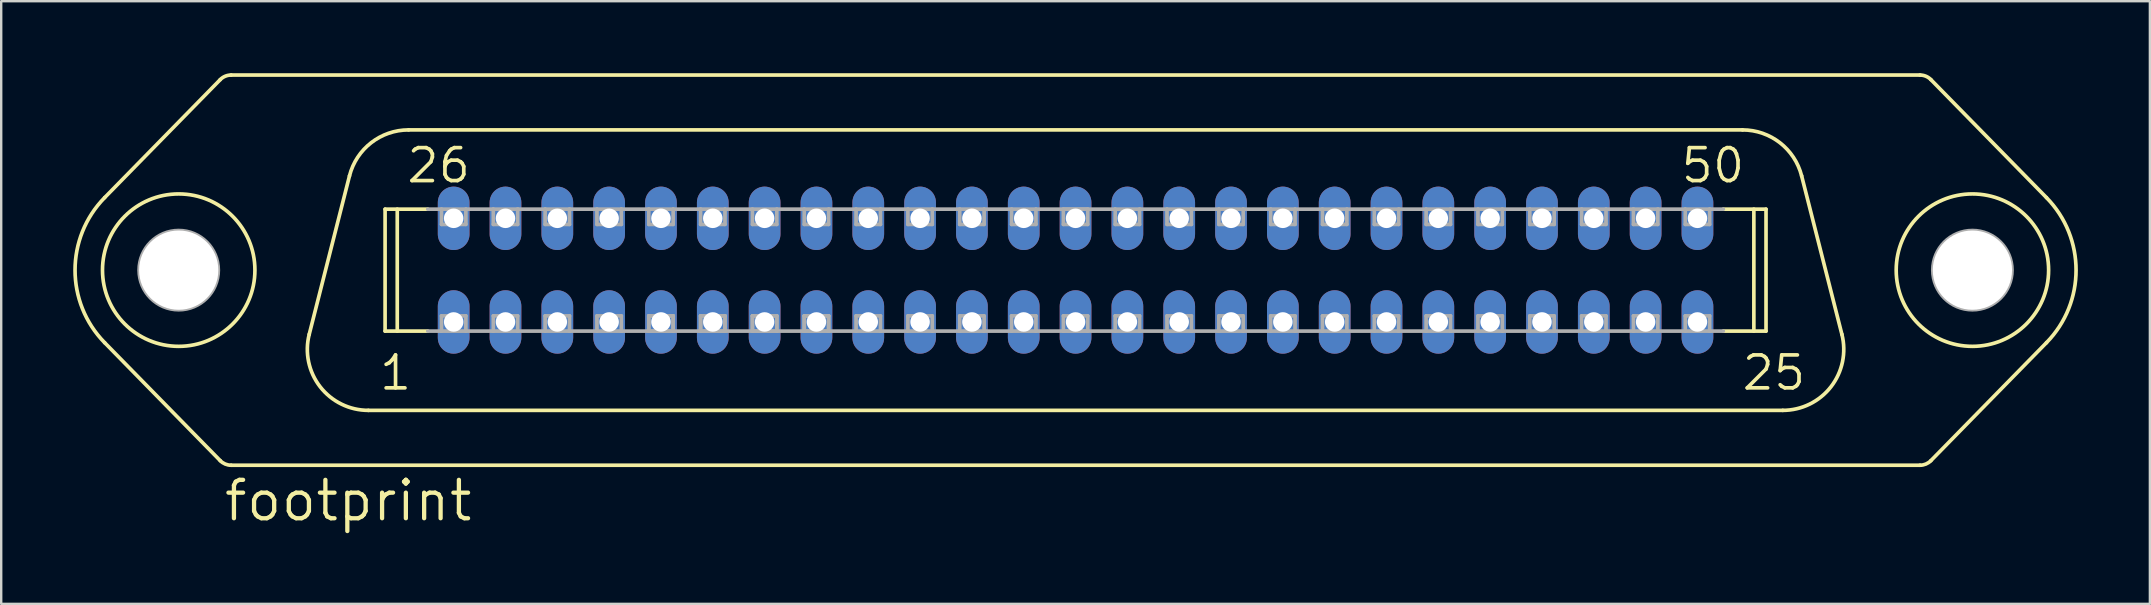
<source format=kicad_pcb>
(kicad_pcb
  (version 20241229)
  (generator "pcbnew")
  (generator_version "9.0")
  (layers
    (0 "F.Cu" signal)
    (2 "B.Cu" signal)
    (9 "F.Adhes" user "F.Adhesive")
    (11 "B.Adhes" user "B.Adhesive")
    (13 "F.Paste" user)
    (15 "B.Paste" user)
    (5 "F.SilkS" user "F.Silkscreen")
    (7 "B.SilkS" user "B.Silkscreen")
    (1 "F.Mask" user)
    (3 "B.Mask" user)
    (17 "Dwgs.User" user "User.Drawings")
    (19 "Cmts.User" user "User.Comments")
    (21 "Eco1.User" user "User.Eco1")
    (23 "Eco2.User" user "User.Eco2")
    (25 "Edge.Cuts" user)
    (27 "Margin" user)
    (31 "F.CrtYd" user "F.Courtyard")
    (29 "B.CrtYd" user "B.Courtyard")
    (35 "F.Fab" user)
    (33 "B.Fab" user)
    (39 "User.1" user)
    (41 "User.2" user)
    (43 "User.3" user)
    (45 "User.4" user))
  (footprint "footprint"
    (layer "F.Cu")
    (at 41.758 8.204)
    (property "Reference" "footprint" (at -35.56 10.541 0) (layer "F.SilkS") (effects (font (size 1.6 1.6) (thickness 0.178)) (justify left bottom)))
    (fp_line (start -35.633 -7.937) (end -40.448 -3.022) (stroke (width 0.152) (type solid)) (layer "F.SilkS"))
    (fp_line (start -35.633 7.937) (end -40.448 3.022) (stroke (width 0.152) (type solid)) (layer "F.SilkS"))
    (fp_line (start -35.179 -8.128) (end 35.179 -8.128) (stroke (width 0.152) (type solid)) (layer "F.SilkS"))
    (fp_line (start -35.179 8.128) (end 35.179 8.128) (stroke (width 0.152) (type solid)) (layer "F.SilkS"))
    (fp_line (start -30.248 -3.928) (end -31.926 2.676) (stroke (width 0.152) (type solid)) (layer "F.SilkS"))
    (fp_line (start -29.464 5.842) (end 29.464 5.842) (stroke (width 0.152) (type solid)) (layer "F.SilkS"))
    (fp_line (start -28.765 -2.54) (end -26.986 -2.54) (stroke (width 0.152) (type solid)) (layer "F.SilkS"))
    (fp_line (start -28.765 2.54) (end -28.765 -2.54) (stroke (width 0.152) (type solid)) (layer "F.SilkS"))
    (fp_line (start -28.765 2.54) (end -26.986 2.54) (stroke (width 0.152) (type solid)) (layer "F.SilkS"))
    (fp_line (start -28.258 2.54) (end -28.258 -2.54) (stroke (width 0.152) (type solid)) (layer "F.SilkS"))
    (fp_line (start -27.786 -5.842) (end 27.786 -5.842) (stroke (width 0.152) (type solid)) (layer "F.SilkS"))
    (fp_line (start 26.986 -2.54) (end 28.765 -2.54) (stroke (width 0.152) (type solid)) (layer "F.SilkS"))
    (fp_line (start 26.986 2.54) (end 28.765 2.54) (stroke (width 0.152) (type solid)) (layer "F.SilkS"))
    (fp_line (start 28.258 2.54) (end 28.258 -2.54) (stroke (width 0.152) (type solid)) (layer "F.SilkS"))
    (fp_line (start 28.765 2.54) (end 28.765 -2.54) (stroke (width 0.152) (type solid)) (layer "F.SilkS"))
    (fp_line (start 30.248 -3.928) (end 31.926 2.676) (stroke (width 0.152) (type solid)) (layer "F.SilkS"))
    (fp_line (start 35.633 -7.937) (end 40.448 -3.022) (stroke (width 0.152) (type solid)) (layer "F.SilkS"))
    (fp_line (start 35.633 7.937) (end 40.448 3.022) (stroke (width 0.152) (type solid)) (layer "F.SilkS"))
    (fp_arc (start -40.447999 3.022001) (mid -41.681365 0.000401) (end -40.448 -3.0212) (stroke (width 0.1524) (type solid)) (layer "F.SilkS"))
    (fp_arc (start -35.633 -7.937) (mid -35.42541 -8.078018) (end -35.1794 -8.1276) (stroke (width 0.1524) (type solid)) (layer "F.SilkS"))
    (fp_arc (start -35.1794 8.1276) (mid -35.42541 8.078018) (end -35.633 7.937) (stroke (width 0.1524) (type solid)) (layer "F.SilkS"))
    (fp_arc (start -30.248 -3.928) (mid -29.345487 -5.307487) (end -27.786199 -5.842401) (stroke (width 0.1524) (type solid)) (layer "F.SilkS"))
    (fp_arc (start -29.464198 5.8416) (mid -31.469285 4.860864) (end -31.926 2.676) (stroke (width 0.1524) (type solid)) (layer "F.SilkS"))
    (fp_arc (start 27.786 -5.842) (mid 29.345288 -5.307086) (end 30.2478 -3.927599) (stroke (width 0.1524) (type solid)) (layer "F.SilkS"))
    (fp_arc (start 31.926 2.675998) (mid 31.469287 4.860862) (end 29.4642 5.8416) (stroke (width 0.1524) (type solid)) (layer "F.SilkS"))
    (fp_arc (start 35.1794 -8.1276) (mid 35.42541 -8.078018) (end 35.633 -7.937) (stroke (width 0.1524) (type solid)) (layer "F.SilkS"))
    (fp_arc (start 35.633 7.937) (mid 35.42541 8.078018) (end 35.1794 8.1276) (stroke (width 0.1524) (type solid)) (layer "F.SilkS"))
    (fp_arc (start 40.447999 -3.021201) (mid 41.681365 0.000399) (end 40.448 3.022) (stroke (width 0.1524) (type solid)) (layer "F.SilkS"))
    (fp_circle (center -37.363 0) (end -34.188 0) (stroke (width 0.152) (type solid)) (fill no) (layer "F.SilkS"))
    (fp_circle (center 37.363 0) (end 40.538 0) (stroke (width 0.152) (type solid)) (fill no) (layer "F.SilkS"))
    (fp_line (start -26.986 -2.54) (end -26.416 -2.54) (stroke (width 0.152) (type solid)) (layer "F.Fab"))
    (fp_line (start -26.986 2.54) (end -26.416 2.54) (stroke (width 0.152) (type solid)) (layer "F.Fab"))
    (fp_line (start -26.416 -2.54) (end -25.4 -2.54) (stroke (width 0.152) (type solid)) (layer "F.Fab"))
    (fp_line (start -26.416 -1.905) (end -26.416 -2.54) (stroke (width 0.152) (type solid)) (layer "F.Fab"))
    (fp_line (start -26.416 1.905) (end -25.4 1.905) (stroke (width 0.152) (type solid)) (layer "F.Fab"))
    (fp_line (start -26.416 2.54) (end -26.416 1.905) (stroke (width 0.152) (type solid)) (layer "F.Fab"))
    (fp_line (start -25.4 -2.54) (end -25.4 -1.905) (stroke (width 0.152) (type solid)) (layer "F.Fab"))
    (fp_line (start -25.4 -2.54) (end -24.257 -2.54) (stroke (width 0.152) (type solid)) (layer "F.Fab"))
    (fp_line (start -25.4 -1.905) (end -26.416 -1.905) (stroke (width 0.152) (type solid)) (layer "F.Fab"))
    (fp_line (start -25.4 1.905) (end -25.4 2.54) (stroke (width 0.152) (type solid)) (layer "F.Fab"))
    (fp_line (start -25.4 2.54) (end -26.416 2.54) (stroke (width 0.152) (type solid)) (layer "F.Fab"))
    (fp_line (start -25.4 2.54) (end -24.257 2.54) (stroke (width 0.152) (type solid)) (layer "F.Fab"))
    (fp_line (start -24.257 -2.54) (end -23.241 -2.54) (stroke (width 0.152) (type solid)) (layer "F.Fab"))
    (fp_line (start -24.257 -1.905) (end -24.257 -2.54) (stroke (width 0.152) (type solid)) (layer "F.Fab"))
    (fp_line (start -24.257 1.905) (end -23.241 1.905) (stroke (width 0.152) (type solid)) (layer "F.Fab"))
    (fp_line (start -24.257 2.54) (end -24.257 1.905) (stroke (width 0.152) (type solid)) (layer "F.Fab"))
    (fp_line (start -23.241 -2.54) (end -23.241 -1.905) (stroke (width 0.152) (type solid)) (layer "F.Fab"))
    (fp_line (start -23.241 -2.54) (end -22.098 -2.54) (stroke (width 0.152) (type solid)) (layer "F.Fab"))
    (fp_line (start -23.241 -1.905) (end -24.257 -1.905) (stroke (width 0.152) (type solid)) (layer "F.Fab"))
    (fp_line (start -23.241 1.905) (end -23.241 2.54) (stroke (width 0.152) (type solid)) (layer "F.Fab"))
    (fp_line (start -23.241 2.54) (end -24.257 2.54) (stroke (width 0.152) (type solid)) (layer "F.Fab"))
    (fp_line (start -23.241 2.54) (end -22.098 2.54) (stroke (width 0.152) (type solid)) (layer "F.Fab"))
    (fp_line (start -22.098 -2.54) (end -21.082 -2.54) (stroke (width 0.152) (type solid)) (layer "F.Fab"))
    (fp_line (start -22.098 -1.905) (end -22.098 -2.54) (stroke (width 0.152) (type solid)) (layer "F.Fab"))
    (fp_line (start -22.098 1.905) (end -21.082 1.905) (stroke (width 0.152) (type solid)) (layer "F.Fab"))
    (fp_line (start -22.098 2.54) (end -22.098 1.905) (stroke (width 0.152) (type solid)) (layer "F.Fab"))
    (fp_line (start -21.082 -2.54) (end -21.082 -1.905) (stroke (width 0.152) (type solid)) (layer "F.Fab"))
    (fp_line (start -21.082 -2.54) (end -19.939 -2.54) (stroke (width 0.152) (type solid)) (layer "F.Fab"))
    (fp_line (start -21.082 -1.905) (end -22.098 -1.905) (stroke (width 0.152) (type solid)) (layer "F.Fab"))
    (fp_line (start -21.082 1.905) (end -21.082 2.54) (stroke (width 0.152) (type solid)) (layer "F.Fab"))
    (fp_line (start -21.082 2.54) (end -22.098 2.54) (stroke (width 0.152) (type solid)) (layer "F.Fab"))
    (fp_line (start -21.082 2.54) (end -19.939 2.54) (stroke (width 0.152) (type solid)) (layer "F.Fab"))
    (fp_line (start -19.939 -2.54) (end -18.923 -2.54) (stroke (width 0.152) (type solid)) (layer "F.Fab"))
    (fp_line (start -19.939 -1.905) (end -19.939 -2.54) (stroke (width 0.152) (type solid)) (layer "F.Fab"))
    (fp_line (start -19.939 1.905) (end -18.923 1.905) (stroke (width 0.152) (type solid)) (layer "F.Fab"))
    (fp_line (start -19.939 2.54) (end -19.939 1.905) (stroke (width 0.152) (type solid)) (layer "F.Fab"))
    (fp_line (start -18.923 -2.54) (end -18.923 -1.905) (stroke (width 0.152) (type solid)) (layer "F.Fab"))
    (fp_line (start -18.923 -2.54) (end -17.78 -2.54) (stroke (width 0.152) (type solid)) (layer "F.Fab"))
    (fp_line (start -18.923 -1.905) (end -19.939 -1.905) (stroke (width 0.152) (type solid)) (layer "F.Fab"))
    (fp_line (start -18.923 1.905) (end -18.923 2.54) (stroke (width 0.152) (type solid)) (layer "F.Fab"))
    (fp_line (start -18.923 2.54) (end -19.939 2.54) (stroke (width 0.152) (type solid)) (layer "F.Fab"))
    (fp_line (start -18.923 2.54) (end -17.78 2.54) (stroke (width 0.152) (type solid)) (layer "F.Fab"))
    (fp_line (start -17.78 -2.54) (end -16.764 -2.54) (stroke (width 0.152) (type solid)) (layer "F.Fab"))
    (fp_line (start -17.78 -1.905) (end -17.78 -2.54) (stroke (width 0.152) (type solid)) (layer "F.Fab"))
    (fp_line (start -17.78 1.905) (end -16.764 1.905) (stroke (width 0.152) (type solid)) (layer "F.Fab"))
    (fp_line (start -17.78 1.905) (end -16.764 1.905) (stroke (width 0.152) (type solid)) (layer "F.Fab"))
    (fp_line (start -17.78 2.54) (end -17.78 1.905) (stroke (width 0.152) (type solid)) (layer "F.Fab"))
    (fp_line (start -17.78 2.54) (end -17.78 1.905) (stroke (width 0.152) (type solid)) (layer "F.Fab"))
    (fp_line (start -16.764 -2.54) (end -16.764 -1.905) (stroke (width 0.152) (type solid)) (layer "F.Fab"))
    (fp_line (start -16.764 -2.54) (end -15.621 -2.54) (stroke (width 0.152) (type solid)) (layer "F.Fab"))
    (fp_line (start -16.764 -1.905) (end -17.78 -1.905) (stroke (width 0.152) (type solid)) (layer "F.Fab"))
    (fp_line (start -16.764 1.905) (end -16.764 2.54) (stroke (width 0.152) (type solid)) (layer "F.Fab"))
    (fp_line (start -16.764 1.905) (end -16.764 2.54) (stroke (width 0.152) (type solid)) (layer "F.Fab"))
    (fp_line (start -16.764 2.54) (end -17.78 2.54) (stroke (width 0.152) (type solid)) (layer "F.Fab"))
    (fp_line (start -16.764 2.54) (end -17.78 2.54) (stroke (width 0.152) (type solid)) (layer "F.Fab"))
    (fp_line (start -16.764 2.54) (end -15.621 2.54) (stroke (width 0.152) (type solid)) (layer "F.Fab"))
    (fp_line (start -15.621 -2.54) (end -14.605 -2.54) (stroke (width 0.152) (type solid)) (layer "F.Fab"))
    (fp_line (start -15.621 -1.905) (end -15.621 -2.54) (stroke (width 0.152) (type solid)) (layer "F.Fab"))
    (fp_line (start -15.621 1.905) (end -14.605 1.905) (stroke (width 0.152) (type solid)) (layer "F.Fab"))
    (fp_line (start -15.621 1.905) (end -14.605 1.905) (stroke (width 0.152) (type solid)) (layer "F.Fab"))
    (fp_line (start -15.621 2.54) (end -15.621 1.905) (stroke (width 0.152) (type solid)) (layer "F.Fab"))
    (fp_line (start -15.621 2.54) (end -15.621 1.905) (stroke (width 0.152) (type solid)) (layer "F.Fab"))
    (fp_line (start -14.605 -2.54) (end -14.605 -1.905) (stroke (width 0.152) (type solid)) (layer "F.Fab"))
    (fp_line (start -14.605 -2.54) (end -13.462 -2.54) (stroke (width 0.152) (type solid)) (layer "F.Fab"))
    (fp_line (start -14.605 -1.905) (end -15.621 -1.905) (stroke (width 0.152) (type solid)) (layer "F.Fab"))
    (fp_line (start -14.605 1.905) (end -14.605 2.54) (stroke (width 0.152) (type solid)) (layer "F.Fab"))
    (fp_line (start -14.605 1.905) (end -14.605 2.54) (stroke (width 0.152) (type solid)) (layer "F.Fab"))
    (fp_line (start -14.605 2.54) (end -15.621 2.54) (stroke (width 0.152) (type solid)) (layer "F.Fab"))
    (fp_line (start -14.605 2.54) (end -15.621 2.54) (stroke (width 0.152) (type solid)) (layer "F.Fab"))
    (fp_line (start -14.605 2.54) (end -13.462 2.54) (stroke (width 0.152) (type solid)) (layer "F.Fab"))
    (fp_line (start -13.462 -2.54) (end -12.446 -2.54) (stroke (width 0.152) (type solid)) (layer "F.Fab"))
    (fp_line (start -13.462 -1.905) (end -13.462 -2.54) (stroke (width 0.152) (type solid)) (layer "F.Fab"))
    (fp_line (start -13.462 1.905) (end -12.446 1.905) (stroke (width 0.152) (type solid)) (layer "F.Fab"))
    (fp_line (start -13.462 1.905) (end -12.446 1.905) (stroke (width 0.152) (type solid)) (layer "F.Fab"))
    (fp_line (start -13.462 2.54) (end -13.462 1.905) (stroke (width 0.152) (type solid)) (layer "F.Fab"))
    (fp_line (start -13.462 2.54) (end -13.462 1.905) (stroke (width 0.152) (type solid)) (layer "F.Fab"))
    (fp_line (start -12.446 -2.54) (end -12.446 -1.905) (stroke (width 0.152) (type solid)) (layer "F.Fab"))
    (fp_line (start -12.446 -2.54) (end -11.303 -2.54) (stroke (width 0.152) (type solid)) (layer "F.Fab"))
    (fp_line (start -12.446 -1.905) (end -13.462 -1.905) (stroke (width 0.152) (type solid)) (layer "F.Fab"))
    (fp_line (start -12.446 1.905) (end -12.446 2.54) (stroke (width 0.152) (type solid)) (layer "F.Fab"))
    (fp_line (start -12.446 1.905) (end -12.446 2.54) (stroke (width 0.152) (type solid)) (layer "F.Fab"))
    (fp_line (start -12.446 2.54) (end -13.462 2.54) (stroke (width 0.152) (type solid)) (layer "F.Fab"))
    (fp_line (start -12.446 2.54) (end -13.462 2.54) (stroke (width 0.152) (type solid)) (layer "F.Fab"))
    (fp_line (start -12.446 2.54) (end -11.303 2.54) (stroke (width 0.152) (type solid)) (layer "F.Fab"))
    (fp_line (start -11.303 -2.54) (end -10.287 -2.54) (stroke (width 0.152) (type solid)) (layer "F.Fab"))
    (fp_line (start -11.303 -1.905) (end -11.303 -2.54) (stroke (width 0.152) (type solid)) (layer "F.Fab"))
    (fp_line (start -11.303 1.905) (end -10.287 1.905) (stroke (width 0.152) (type solid)) (layer "F.Fab"))
    (fp_line (start -11.303 1.905) (end -10.287 1.905) (stroke (width 0.152) (type solid)) (layer "F.Fab"))
    (fp_line (start -11.303 2.54) (end -11.303 1.905) (stroke (width 0.152) (type solid)) (layer "F.Fab"))
    (fp_line (start -11.303 2.54) (end -11.303 1.905) (stroke (width 0.152) (type solid)) (layer "F.Fab"))
    (fp_line (start -10.287 -2.54) (end -10.287 -1.905) (stroke (width 0.152) (type solid)) (layer "F.Fab"))
    (fp_line (start -10.287 -2.54) (end -9.144 -2.54) (stroke (width 0.152) (type solid)) (layer "F.Fab"))
    (fp_line (start -10.287 -1.905) (end -11.303 -1.905) (stroke (width 0.152) (type solid)) (layer "F.Fab"))
    (fp_line (start -10.287 1.905) (end -10.287 2.54) (stroke (width 0.152) (type solid)) (layer "F.Fab"))
    (fp_line (start -10.287 1.905) (end -10.287 2.54) (stroke (width 0.152) (type solid)) (layer "F.Fab"))
    (fp_line (start -10.287 2.54) (end -11.303 2.54) (stroke (width 0.152) (type solid)) (layer "F.Fab"))
    (fp_line (start -10.287 2.54) (end -11.303 2.54) (stroke (width 0.152) (type solid)) (layer "F.Fab"))
    (fp_line (start -10.287 2.54) (end -9.144 2.54) (stroke (width 0.152) (type solid)) (layer "F.Fab"))
    (fp_line (start -9.144 -2.54) (end -8.128 -2.54) (stroke (width 0.152) (type solid)) (layer "F.Fab"))
    (fp_line (start -9.144 -1.905) (end -9.144 -2.54) (stroke (width 0.152) (type solid)) (layer "F.Fab"))
    (fp_line (start -9.144 1.905) (end -8.128 1.905) (stroke (width 0.152) (type solid)) (layer "F.Fab"))
    (fp_line (start -9.144 2.54) (end -9.144 1.905) (stroke (width 0.152) (type solid)) (layer "F.Fab"))
    (fp_line (start -8.128 -2.54) (end -8.128 -1.905) (stroke (width 0.152) (type solid)) (layer "F.Fab"))
    (fp_line (start -8.128 -2.54) (end -6.985 -2.54) (stroke (width 0.152) (type solid)) (layer "F.Fab"))
    (fp_line (start -8.128 -1.905) (end -9.144 -1.905) (stroke (width 0.152) (type solid)) (layer "F.Fab"))
    (fp_line (start -8.128 1.905) (end -8.128 2.54) (stroke (width 0.152) (type solid)) (layer "F.Fab"))
    (fp_line (start -8.128 2.54) (end -9.144 2.54) (stroke (width 0.152) (type solid)) (layer "F.Fab"))
    (fp_line (start -8.128 2.54) (end -6.985 2.54) (stroke (width 0.152) (type solid)) (layer "F.Fab"))
    (fp_line (start -6.985 -2.54) (end -5.969 -2.54) (stroke (width 0.152) (type solid)) (layer "F.Fab"))
    (fp_line (start -6.985 -1.905) (end -6.985 -2.54) (stroke (width 0.152) (type solid)) (layer "F.Fab"))
    (fp_line (start -6.985 1.905) (end -5.969 1.905) (stroke (width 0.152) (type solid)) (layer "F.Fab"))
    (fp_line (start -6.985 2.54) (end -6.985 1.905) (stroke (width 0.152) (type solid)) (layer "F.Fab"))
    (fp_line (start -5.969 -2.54) (end -5.969 -1.905) (stroke (width 0.152) (type solid)) (layer "F.Fab"))
    (fp_line (start -5.969 -2.54) (end -4.826 -2.54) (stroke (width 0.152) (type solid)) (layer "F.Fab"))
    (fp_line (start -5.969 -1.905) (end -6.985 -1.905) (stroke (width 0.152) (type solid)) (layer "F.Fab"))
    (fp_line (start -5.969 1.905) (end -5.969 2.54) (stroke (width 0.152) (type solid)) (layer "F.Fab"))
    (fp_line (start -5.969 2.54) (end -6.985 2.54) (stroke (width 0.152) (type solid)) (layer "F.Fab"))
    (fp_line (start -5.969 2.54) (end -4.826 2.54) (stroke (width 0.152) (type solid)) (layer "F.Fab"))
    (fp_line (start -4.826 -2.54) (end -3.81 -2.54) (stroke (width 0.152) (type solid)) (layer "F.Fab"))
    (fp_line (start -4.826 -1.905) (end -4.826 -2.54) (stroke (width 0.152) (type solid)) (layer "F.Fab"))
    (fp_line (start -4.826 1.905) (end -3.81 1.905) (stroke (width 0.152) (type solid)) (layer "F.Fab"))
    (fp_line (start -4.826 2.54) (end -4.826 1.905) (stroke (width 0.152) (type solid)) (layer "F.Fab"))
    (fp_line (start -3.81 -2.54) (end -3.81 -1.905) (stroke (width 0.152) (type solid)) (layer "F.Fab"))
    (fp_line (start -3.81 -2.54) (end -2.667 -2.54) (stroke (width 0.152) (type solid)) (layer "F.Fab"))
    (fp_line (start -3.81 -1.905) (end -4.826 -1.905) (stroke (width 0.152) (type solid)) (layer "F.Fab"))
    (fp_line (start -3.81 1.905) (end -3.81 2.54) (stroke (width 0.152) (type solid)) (layer "F.Fab"))
    (fp_line (start -3.81 2.54) (end -4.826 2.54) (stroke (width 0.152) (type solid)) (layer "F.Fab"))
    (fp_line (start -3.81 2.54) (end -2.667 2.54) (stroke (width 0.152) (type solid)) (layer "F.Fab"))
    (fp_line (start -2.667 -2.54) (end -1.651 -2.54) (stroke (width 0.152) (type solid)) (layer "F.Fab"))
    (fp_line (start -2.667 -1.905) (end -2.667 -2.54) (stroke (width 0.152) (type solid)) (layer "F.Fab"))
    (fp_line (start -2.667 1.905) (end -1.651 1.905) (stroke (width 0.152) (type solid)) (layer "F.Fab"))
    (fp_line (start -2.667 2.54) (end -2.667 1.905) (stroke (width 0.152) (type solid)) (layer "F.Fab"))
    (fp_line (start -1.651 -2.54) (end -1.651 -1.905) (stroke (width 0.152) (type solid)) (layer "F.Fab"))
    (fp_line (start -1.651 -2.54) (end 1.651 -2.54) (stroke (width 0.152) (type solid)) (layer "F.Fab"))
    (fp_line (start -1.651 -1.905) (end -2.667 -1.905) (stroke (width 0.152) (type solid)) (layer "F.Fab"))
    (fp_line (start -1.651 1.905) (end -1.651 2.54) (stroke (width 0.152) (type solid)) (layer "F.Fab"))
    (fp_line (start -1.651 2.54) (end -2.667 2.54) (stroke (width 0.152) (type solid)) (layer "F.Fab"))
    (fp_line (start -1.651 2.54) (end 1.651 2.54) (stroke (width 0.152) (type solid)) (layer "F.Fab"))
    (fp_line (start -0.508 -2.54) (end 0.508 -2.54) (stroke (width 0.152) (type solid)) (layer "F.Fab"))
    (fp_line (start -0.508 -1.905) (end -0.508 -2.54) (stroke (width 0.152) (type solid)) (layer "F.Fab"))
    (fp_line (start -0.508 1.905) (end 0.508 1.905) (stroke (width 0.152) (type solid)) (layer "F.Fab"))
    (fp_line (start -0.508 2.54) (end -0.508 1.905) (stroke (width 0.152) (type solid)) (layer "F.Fab"))
    (fp_line (start 0.508 -2.54) (end 0.508 -1.905) (stroke (width 0.152) (type solid)) (layer "F.Fab"))
    (fp_line (start 0.508 -1.905) (end -0.508 -1.905) (stroke (width 0.152) (type solid)) (layer "F.Fab"))
    (fp_line (start 0.508 1.905) (end 0.508 2.54) (stroke (width 0.152) (type solid)) (layer "F.Fab"))
    (fp_line (start 0.508 2.54) (end -0.508 2.54) (stroke (width 0.152) (type solid)) (layer "F.Fab"))
    (fp_line (start 1.651 -2.54) (end 2.667 -2.54) (stroke (width 0.152) (type solid)) (layer "F.Fab"))
    (fp_line (start 1.651 -1.905) (end 1.651 -2.54) (stroke (width 0.152) (type solid)) (layer "F.Fab"))
    (fp_line (start 1.651 1.905) (end 2.667 1.905) (stroke (width 0.152) (type solid)) (layer "F.Fab"))
    (fp_line (start 1.651 2.54) (end 1.651 1.905) (stroke (width 0.152) (type solid)) (layer "F.Fab"))
    (fp_line (start 2.667 -2.54) (end 2.667 -1.905) (stroke (width 0.152) (type solid)) (layer "F.Fab"))
    (fp_line (start 2.667 -2.54) (end 3.81 -2.54) (stroke (width 0.152) (type solid)) (layer "F.Fab"))
    (fp_line (start 2.667 -1.905) (end 1.651 -1.905) (stroke (width 0.152) (type solid)) (layer "F.Fab"))
    (fp_line (start 2.667 1.905) (end 2.667 2.54) (stroke (width 0.152) (type solid)) (layer "F.Fab"))
    (fp_line (start 2.667 2.54) (end 1.651 2.54) (stroke (width 0.152) (type solid)) (layer "F.Fab"))
    (fp_line (start 2.667 2.54) (end 3.81 2.54) (stroke (width 0.152) (type solid)) (layer "F.Fab"))
    (fp_line (start 3.81 -2.54) (end 4.826 -2.54) (stroke (width 0.152) (type solid)) (layer "F.Fab"))
    (fp_line (start 3.81 -1.905) (end 3.81 -2.54) (stroke (width 0.152) (type solid)) (layer "F.Fab"))
    (fp_line (start 3.81 1.905) (end 4.826 1.905) (stroke (width 0.152) (type solid)) (layer "F.Fab"))
    (fp_line (start 3.81 2.54) (end 3.81 1.905) (stroke (width 0.152) (type solid)) (layer "F.Fab"))
    (fp_line (start 4.826 -2.54) (end 4.826 -1.905) (stroke (width 0.152) (type solid)) (layer "F.Fab"))
    (fp_line (start 4.826 -2.54) (end 5.969 -2.54) (stroke (width 0.152) (type solid)) (layer "F.Fab"))
    (fp_line (start 4.826 -1.905) (end 3.81 -1.905) (stroke (width 0.152) (type solid)) (layer "F.Fab"))
    (fp_line (start 4.826 1.905) (end 4.826 2.54) (stroke (width 0.152) (type solid)) (layer "F.Fab"))
    (fp_line (start 4.826 2.54) (end 3.81 2.54) (stroke (width 0.152) (type solid)) (layer "F.Fab"))
    (fp_line (start 4.826 2.54) (end 5.969 2.54) (stroke (width 0.152) (type solid)) (layer "F.Fab"))
    (fp_line (start 5.969 -2.54) (end 6.985 -2.54) (stroke (width 0.152) (type solid)) (layer "F.Fab"))
    (fp_line (start 5.969 -1.905) (end 5.969 -2.54) (stroke (width 0.152) (type solid)) (layer "F.Fab"))
    (fp_line (start 5.969 1.905) (end 6.985 1.905) (stroke (width 0.152) (type solid)) (layer "F.Fab"))
    (fp_line (start 5.969 2.54) (end 5.969 1.905) (stroke (width 0.152) (type solid)) (layer "F.Fab"))
    (fp_line (start 6.985 -2.54) (end 6.985 -1.905) (stroke (width 0.152) (type solid)) (layer "F.Fab"))
    (fp_line (start 6.985 -2.54) (end 8.128 -2.54) (stroke (width 0.152) (type solid)) (layer "F.Fab"))
    (fp_line (start 6.985 -1.905) (end 5.969 -1.905) (stroke (width 0.152) (type solid)) (layer "F.Fab"))
    (fp_line (start 6.985 1.905) (end 6.985 2.54) (stroke (width 0.152) (type solid)) (layer "F.Fab"))
    (fp_line (start 6.985 2.54) (end 5.969 2.54) (stroke (width 0.152) (type solid)) (layer "F.Fab"))
    (fp_line (start 6.985 2.54) (end 8.128 2.54) (stroke (width 0.152) (type solid)) (layer "F.Fab"))
    (fp_line (start 8.128 -2.54) (end 9.144 -2.54) (stroke (width 0.152) (type solid)) (layer "F.Fab"))
    (fp_line (start 8.128 -1.905) (end 8.128 -2.54) (stroke (width 0.152) (type solid)) (layer "F.Fab"))
    (fp_line (start 8.128 1.905) (end 9.144 1.905) (stroke (width 0.152) (type solid)) (layer "F.Fab"))
    (fp_line (start 8.128 2.54) (end 8.128 1.905) (stroke (width 0.152) (type solid)) (layer "F.Fab"))
    (fp_line (start 9.144 -2.54) (end 9.144 -1.905) (stroke (width 0.152) (type solid)) (layer "F.Fab"))
    (fp_line (start 9.144 -2.54) (end 10.287 -2.54) (stroke (width 0.152) (type solid)) (layer "F.Fab"))
    (fp_line (start 9.144 -1.905) (end 8.128 -1.905) (stroke (width 0.152) (type solid)) (layer "F.Fab"))
    (fp_line (start 9.144 1.905) (end 9.144 2.54) (stroke (width 0.152) (type solid)) (layer "F.Fab"))
    (fp_line (start 9.144 2.54) (end 8.128 2.54) (stroke (width 0.152) (type solid)) (layer "F.Fab"))
    (fp_line (start 9.144 2.54) (end 10.287 2.54) (stroke (width 0.152) (type solid)) (layer "F.Fab"))
    (fp_line (start 10.287 -2.54) (end 11.303 -2.54) (stroke (width 0.152) (type solid)) (layer "F.Fab"))
    (fp_line (start 10.287 -1.905) (end 10.287 -2.54) (stroke (width 0.152) (type solid)) (layer "F.Fab"))
    (fp_line (start 10.287 1.905) (end 11.303 1.905) (stroke (width 0.152) (type solid)) (layer "F.Fab"))
    (fp_line (start 10.287 2.54) (end 10.287 1.905) (stroke (width 0.152) (type solid)) (layer "F.Fab"))
    (fp_line (start 11.303 -2.54) (end 11.303 -1.905) (stroke (width 0.152) (type solid)) (layer "F.Fab"))
    (fp_line (start 11.303 -2.54) (end 12.446 -2.54) (stroke (width 0.152) (type solid)) (layer "F.Fab"))
    (fp_line (start 11.303 -1.905) (end 10.287 -1.905) (stroke (width 0.152) (type solid)) (layer "F.Fab"))
    (fp_line (start 11.303 1.905) (end 11.303 2.54) (stroke (width 0.152) (type solid)) (layer "F.Fab"))
    (fp_line (start 11.303 2.54) (end 10.287 2.54) (stroke (width 0.152) (type solid)) (layer "F.Fab"))
    (fp_line (start 11.303 2.54) (end 12.446 2.54) (stroke (width 0.152) (type solid)) (layer "F.Fab"))
    (fp_line (start 12.446 -2.54) (end 13.462 -2.54) (stroke (width 0.152) (type solid)) (layer "F.Fab"))
    (fp_line (start 12.446 -1.905) (end 12.446 -2.54) (stroke (width 0.152) (type solid)) (layer "F.Fab"))
    (fp_line (start 12.446 1.905) (end 13.462 1.905) (stroke (width 0.152) (type solid)) (layer "F.Fab"))
    (fp_line (start 12.446 2.54) (end 12.446 1.905) (stroke (width 0.152) (type solid)) (layer "F.Fab"))
    (fp_line (start 13.462 -2.54) (end 13.462 -1.905) (stroke (width 0.152) (type solid)) (layer "F.Fab"))
    (fp_line (start 13.462 -2.54) (end 14.605 -2.54) (stroke (width 0.152) (type solid)) (layer "F.Fab"))
    (fp_line (start 13.462 -1.905) (end 12.446 -1.905) (stroke (width 0.152) (type solid)) (layer "F.Fab"))
    (fp_line (start 13.462 1.905) (end 13.462 2.54) (stroke (width 0.152) (type solid)) (layer "F.Fab"))
    (fp_line (start 13.462 2.54) (end 12.446 2.54) (stroke (width 0.152) (type solid)) (layer "F.Fab"))
    (fp_line (start 13.462 2.54) (end 14.605 2.54) (stroke (width 0.152) (type solid)) (layer "F.Fab"))
    (fp_line (start 14.605 -2.54) (end 15.621 -2.54) (stroke (width 0.152) (type solid)) (layer "F.Fab"))
    (fp_line (start 14.605 -1.905) (end 14.605 -2.54) (stroke (width 0.152) (type solid)) (layer "F.Fab"))
    (fp_line (start 14.605 1.905) (end 15.621 1.905) (stroke (width 0.152) (type solid)) (layer "F.Fab"))
    (fp_line (start 14.605 2.54) (end 14.605 1.905) (stroke (width 0.152) (type solid)) (layer "F.Fab"))
    (fp_line (start 15.621 -2.54) (end 15.621 -1.905) (stroke (width 0.152) (type solid)) (layer "F.Fab"))
    (fp_line (start 15.621 -2.54) (end 16.764 -2.54) (stroke (width 0.152) (type solid)) (layer "F.Fab"))
    (fp_line (start 15.621 -1.905) (end 14.605 -1.905) (stroke (width 0.152) (type solid)) (layer "F.Fab"))
    (fp_line (start 15.621 1.905) (end 15.621 2.54) (stroke (width 0.152) (type solid)) (layer "F.Fab"))
    (fp_line (start 15.621 2.54) (end 14.605 2.54) (stroke (width 0.152) (type solid)) (layer "F.Fab"))
    (fp_line (start 15.621 2.54) (end 16.764 2.54) (stroke (width 0.152) (type solid)) (layer "F.Fab"))
    (fp_line (start 16.764 -2.54) (end 17.78 -2.54) (stroke (width 0.152) (type solid)) (layer "F.Fab"))
    (fp_line (start 16.764 -1.905) (end 16.764 -2.54) (stroke (width 0.152) (type solid)) (layer "F.Fab"))
    (fp_line (start 16.764 1.905) (end 17.78 1.905) (stroke (width 0.152) (type solid)) (layer "F.Fab"))
    (fp_line (start 16.764 2.54) (end 16.764 1.905) (stroke (width 0.152) (type solid)) (layer "F.Fab"))
    (fp_line (start 17.78 -2.54) (end 17.78 -1.905) (stroke (width 0.152) (type solid)) (layer "F.Fab"))
    (fp_line (start 17.78 -2.54) (end 18.923 -2.54) (stroke (width 0.152) (type solid)) (layer "F.Fab"))
    (fp_line (start 17.78 -1.905) (end 16.764 -1.905) (stroke (width 0.152) (type solid)) (layer "F.Fab"))
    (fp_line (start 17.78 1.905) (end 17.78 2.54) (stroke (width 0.152) (type solid)) (layer "F.Fab"))
    (fp_line (start 17.78 2.54) (end 16.764 2.54) (stroke (width 0.152) (type solid)) (layer "F.Fab"))
    (fp_line (start 17.78 2.54) (end 18.923 2.54) (stroke (width 0.152) (type solid)) (layer "F.Fab"))
    (fp_line (start 18.923 -2.54) (end 19.939 -2.54) (stroke (width 0.152) (type solid)) (layer "F.Fab"))
    (fp_line (start 18.923 -1.905) (end 18.923 -2.54) (stroke (width 0.152) (type solid)) (layer "F.Fab"))
    (fp_line (start 18.923 1.905) (end 19.939 1.905) (stroke (width 0.152) (type solid)) (layer "F.Fab"))
    (fp_line (start 18.923 2.54) (end 18.923 1.905) (stroke (width 0.152) (type solid)) (layer "F.Fab"))
    (fp_line (start 19.939 -2.54) (end 19.939 -1.905) (stroke (width 0.152) (type solid)) (layer "F.Fab"))
    (fp_line (start 19.939 -2.54) (end 21.082 -2.54) (stroke (width 0.152) (type solid)) (layer "F.Fab"))
    (fp_line (start 19.939 -1.905) (end 18.923 -1.905) (stroke (width 0.152) (type solid)) (layer "F.Fab"))
    (fp_line (start 19.939 1.905) (end 19.939 2.54) (stroke (width 0.152) (type solid)) (layer "F.Fab"))
    (fp_line (start 19.939 2.54) (end 18.923 2.54) (stroke (width 0.152) (type solid)) (layer "F.Fab"))
    (fp_line (start 19.939 2.54) (end 21.082 2.54) (stroke (width 0.152) (type solid)) (layer "F.Fab"))
    (fp_line (start 21.082 -2.54) (end 22.098 -2.54) (stroke (width 0.152) (type solid)) (layer "F.Fab"))
    (fp_line (start 21.082 -1.905) (end 21.082 -2.54) (stroke (width 0.152) (type solid)) (layer "F.Fab"))
    (fp_line (start 21.082 1.905) (end 22.098 1.905) (stroke (width 0.152) (type solid)) (layer "F.Fab"))
    (fp_line (start 21.082 2.54) (end 21.082 1.905) (stroke (width 0.152) (type solid)) (layer "F.Fab"))
    (fp_line (start 22.098 -2.54) (end 22.098 -1.905) (stroke (width 0.152) (type solid)) (layer "F.Fab"))
    (fp_line (start 22.098 -2.54) (end 23.241 -2.54) (stroke (width 0.152) (type solid)) (layer "F.Fab"))
    (fp_line (start 22.098 -1.905) (end 21.082 -1.905) (stroke (width 0.152) (type solid)) (layer "F.Fab"))
    (fp_line (start 22.098 1.905) (end 22.098 2.54) (stroke (width 0.152) (type solid)) (layer "F.Fab"))
    (fp_line (start 22.098 2.54) (end 21.082 2.54) (stroke (width 0.152) (type solid)) (layer "F.Fab"))
    (fp_line (start 22.098 2.54) (end 23.241 2.54) (stroke (width 0.152) (type solid)) (layer "F.Fab"))
    (fp_line (start 23.241 -2.54) (end 24.257 -2.54) (stroke (width 0.152) (type solid)) (layer "F.Fab"))
    (fp_line (start 23.241 -1.905) (end 23.241 -2.54) (stroke (width 0.152) (type solid)) (layer "F.Fab"))
    (fp_line (start 23.241 1.905) (end 24.257 1.905) (stroke (width 0.152) (type solid)) (layer "F.Fab"))
    (fp_line (start 23.241 2.54) (end 23.241 1.905) (stroke (width 0.152) (type solid)) (layer "F.Fab"))
    (fp_line (start 24.257 -2.54) (end 24.257 -1.905) (stroke (width 0.152) (type solid)) (layer "F.Fab"))
    (fp_line (start 24.257 -2.54) (end 25.4 -2.54) (stroke (width 0.152) (type solid)) (layer "F.Fab"))
    (fp_line (start 24.257 -1.905) (end 23.241 -1.905) (stroke (width 0.152) (type solid)) (layer "F.Fab"))
    (fp_line (start 24.257 1.905) (end 24.257 2.54) (stroke (width 0.152) (type solid)) (layer "F.Fab"))
    (fp_line (start 24.257 2.54) (end 23.241 2.54) (stroke (width 0.152) (type solid)) (layer "F.Fab"))
    (fp_line (start 24.257 2.54) (end 25.4 2.54) (stroke (width 0.152) (type solid)) (layer "F.Fab"))
    (fp_line (start 25.4 -2.54) (end 26.416 -2.54) (stroke (width 0.152) (type solid)) (layer "F.Fab"))
    (fp_line (start 25.4 -1.905) (end 25.4 -2.54) (stroke (width 0.152) (type solid)) (layer "F.Fab"))
    (fp_line (start 25.4 1.905) (end 26.416 1.905) (stroke (width 0.152) (type solid)) (layer "F.Fab"))
    (fp_line (start 25.4 2.54) (end 25.4 1.905) (stroke (width 0.152) (type solid)) (layer "F.Fab"))
    (fp_line (start 26.416 -2.54) (end 26.416 -1.905) (stroke (width 0.152) (type solid)) (layer "F.Fab"))
    (fp_line (start 26.416 -2.54) (end 26.986 -2.54) (stroke (width 0.152) (type solid)) (layer "F.Fab"))
    (fp_line (start 26.416 -1.905) (end 25.4 -1.905) (stroke (width 0.152) (type solid)) (layer "F.Fab"))
    (fp_line (start 26.416 1.905) (end 26.416 2.54) (stroke (width 0.152) (type solid)) (layer "F.Fab"))
    (fp_line (start 26.416 2.54) (end 25.4 2.54) (stroke (width 0.152) (type solid)) (layer "F.Fab"))
    (fp_line (start 26.416 2.54) (end 26.986 2.54) (stroke (width 0.152) (type solid)) (layer "F.Fab"))
    (fp_circle (center -37.363 0) (end -35.712 0) (stroke (width 0.152) (type solid)) (fill no) (layer "F.Fab"))
    (fp_circle (center 37.363 0) (end 39.014 0) (stroke (width 0.152) (type solid)) (fill no) (layer "F.Fab"))
    (fp_poly (pts (xy -26.416 -1.905) (xy -25.4 -1.905) (xy -25.4 -2.54) (xy -26.416 -2.54)) (stroke (width 0.1) (type solid)) (fill no) (layer "F.Fab"))
    (fp_poly (pts (xy -26.416 2.54) (xy -25.4 2.54) (xy -25.4 1.905) (xy -26.416 1.905)) (stroke (width 0.1) (type solid)) (fill no) (layer "F.Fab"))
    (fp_poly (pts (xy -24.257 -1.905) (xy -23.241 -1.905) (xy -23.241 -2.54) (xy -24.257 -2.54)) (stroke (width 0.1) (type solid)) (fill no) (layer "F.Fab"))
    (fp_poly (pts (xy -24.257 2.54) (xy -23.241 2.54) (xy -23.241 1.905) (xy -24.257 1.905)) (stroke (width 0.1) (type solid)) (fill no) (layer "F.Fab"))
    (fp_poly (pts (xy -22.098 -1.905) (xy -21.082 -1.905) (xy -21.082 -2.54) (xy -22.098 -2.54)) (stroke (width 0.1) (type solid)) (fill no) (layer "F.Fab"))
    (fp_poly (pts (xy -22.098 2.54) (xy -21.082 2.54) (xy -21.082 1.905) (xy -22.098 1.905)) (stroke (width 0.1) (type solid)) (fill no) (layer "F.Fab"))
    (fp_poly (pts (xy -19.939 -1.905) (xy -18.923 -1.905) (xy -18.923 -2.54) (xy -19.939 -2.54)) (stroke (width 0.1) (type solid)) (fill no) (layer "F.Fab"))
    (fp_poly (pts (xy -19.939 2.54) (xy -18.923 2.54) (xy -18.923 1.905) (xy -19.939 1.905)) (stroke (width 0.1) (type solid)) (fill no) (layer "F.Fab"))
    (fp_poly (pts (xy -17.78 -1.905) (xy -16.764 -1.905) (xy -16.764 -2.54) (xy -17.78 -2.54)) (stroke (width 0.1) (type solid)) (fill no) (layer "F.Fab"))
    (fp_poly (pts (xy -17.78 2.54) (xy -16.764 2.54) (xy -16.764 1.905) (xy -17.78 1.905)) (stroke (width 0.1) (type solid)) (fill no) (layer "F.Fab"))
    (fp_poly (pts (xy -15.621 -1.905) (xy -14.605 -1.905) (xy -14.605 -2.54) (xy -15.621 -2.54)) (stroke (width 0.1) (type solid)) (fill no) (layer "F.Fab"))
    (fp_poly (pts (xy -15.621 2.54) (xy -14.605 2.54) (xy -14.605 1.905) (xy -15.621 1.905)) (stroke (width 0.1) (type solid)) (fill no) (layer "F.Fab"))
    (fp_poly (pts (xy -13.462 -1.905) (xy -12.446 -1.905) (xy -12.446 -2.54) (xy -13.462 -2.54)) (stroke (width 0.1) (type solid)) (fill no) (layer "F.Fab"))
    (fp_poly (pts (xy -13.462 2.54) (xy -12.446 2.54) (xy -12.446 1.905) (xy -13.462 1.905)) (stroke (width 0.1) (type solid)) (fill no) (layer "F.Fab"))
    (fp_poly (pts (xy -11.303 -1.905) (xy -10.287 -1.905) (xy -10.287 -2.54) (xy -11.303 -2.54)) (stroke (width 0.1) (type solid)) (fill no) (layer "F.Fab"))
    (fp_poly (pts (xy -11.303 2.54) (xy -10.287 2.54) (xy -10.287 1.905) (xy -11.303 1.905)) (stroke (width 0.1) (type solid)) (fill no) (layer "F.Fab"))
    (fp_poly (pts (xy -9.144 -1.905) (xy -8.128 -1.905) (xy -8.128 -2.54) (xy -9.144 -2.54)) (stroke (width 0.1) (type solid)) (fill no) (layer "F.Fab"))
    (fp_poly (pts (xy -9.144 2.54) (xy -8.128 2.54) (xy -8.128 1.905) (xy -9.144 1.905)) (stroke (width 0.1) (type solid)) (fill no) (layer "F.Fab"))
    (fp_poly (pts (xy -6.985 -1.905) (xy -5.969 -1.905) (xy -5.969 -2.54) (xy -6.985 -2.54)) (stroke (width 0.1) (type solid)) (fill no) (layer "F.Fab"))
    (fp_poly (pts (xy -6.985 2.54) (xy -5.969 2.54) (xy -5.969 1.905) (xy -6.985 1.905)) (stroke (width 0.1) (type solid)) (fill no) (layer "F.Fab"))
    (fp_poly (pts (xy -4.826 -1.905) (xy -3.81 -1.905) (xy -3.81 -2.54) (xy -4.826 -2.54)) (stroke (width 0.1) (type solid)) (fill no) (layer "F.Fab"))
    (fp_poly (pts (xy -4.826 2.54) (xy -3.81 2.54) (xy -3.81 1.905) (xy -4.826 1.905)) (stroke (width 0.1) (type solid)) (fill no) (layer "F.Fab"))
    (fp_poly (pts (xy -2.667 -1.905) (xy -1.651 -1.905) (xy -1.651 -2.54) (xy -2.667 -2.54)) (stroke (width 0.1) (type solid)) (fill no) (layer "F.Fab"))
    (fp_poly (pts (xy -2.667 2.54) (xy -1.651 2.54) (xy -1.651 1.905) (xy -2.667 1.905)) (stroke (width 0.1) (type solid)) (fill no) (layer "F.Fab"))
    (fp_poly (pts (xy -0.508 -1.905) (xy 0.508 -1.905) (xy 0.508 -2.54) (xy -0.508 -2.54)) (stroke (width 0.1) (type solid)) (fill no) (layer "F.Fab"))
    (fp_poly (pts (xy -0.508 2.54) (xy 0.508 2.54) (xy 0.508 1.905) (xy -0.508 1.905)) (stroke (width 0.1) (type solid)) (fill no) (layer "F.Fab"))
    (fp_poly (pts (xy 1.651 -1.905) (xy 2.667 -1.905) (xy 2.667 -2.54) (xy 1.651 -2.54)) (stroke (width 0.1) (type solid)) (fill no) (layer "F.Fab"))
    (fp_poly (pts (xy 1.651 2.54) (xy 2.667 2.54) (xy 2.667 1.905) (xy 1.651 1.905)) (stroke (width 0.1) (type solid)) (fill no) (layer "F.Fab"))
    (fp_poly (pts (xy 3.81 -1.905) (xy 4.826 -1.905) (xy 4.826 -2.54) (xy 3.81 -2.54)) (stroke (width 0.1) (type solid)) (fill no) (layer "F.Fab"))
    (fp_poly (pts (xy 3.81 2.54) (xy 4.826 2.54) (xy 4.826 1.905) (xy 3.81 1.905)) (stroke (width 0.1) (type solid)) (fill no) (layer "F.Fab"))
    (fp_poly (pts (xy 5.969 -1.905) (xy 6.985 -1.905) (xy 6.985 -2.54) (xy 5.969 -2.54)) (stroke (width 0.1) (type solid)) (fill no) (layer "F.Fab"))
    (fp_poly (pts (xy 5.969 2.54) (xy 6.985 2.54) (xy 6.985 1.905) (xy 5.969 1.905)) (stroke (width 0.1) (type solid)) (fill no) (layer "F.Fab"))
    (fp_poly (pts (xy 8.128 -1.905) (xy 9.144 -1.905) (xy 9.144 -2.54) (xy 8.128 -2.54)) (stroke (width 0.1) (type solid)) (fill no) (layer "F.Fab"))
    (fp_poly (pts (xy 8.128 2.54) (xy 9.144 2.54) (xy 9.144 1.905) (xy 8.128 1.905)) (stroke (width 0.1) (type solid)) (fill no) (layer "F.Fab"))
    (fp_poly (pts (xy 10.287 -1.905) (xy 11.303 -1.905) (xy 11.303 -2.54) (xy 10.287 -2.54)) (stroke (width 0.1) (type solid)) (fill no) (layer "F.Fab"))
    (fp_poly (pts (xy 10.287 2.54) (xy 11.303 2.54) (xy 11.303 1.905) (xy 10.287 1.905)) (stroke (width 0.1) (type solid)) (fill no) (layer "F.Fab"))
    (fp_poly (pts (xy 12.446 -1.905) (xy 13.462 -1.905) (xy 13.462 -2.54) (xy 12.446 -2.54)) (stroke (width 0.1) (type solid)) (fill no) (layer "F.Fab"))
    (fp_poly (pts (xy 12.446 2.54) (xy 13.462 2.54) (xy 13.462 1.905) (xy 12.446 1.905)) (stroke (width 0.1) (type solid)) (fill no) (layer "F.Fab"))
    (fp_poly (pts (xy 14.605 -1.905) (xy 15.621 -1.905) (xy 15.621 -2.54) (xy 14.605 -2.54)) (stroke (width 0.1) (type solid)) (fill no) (layer "F.Fab"))
    (fp_poly (pts (xy 14.605 2.54) (xy 15.621 2.54) (xy 15.621 1.905) (xy 14.605 1.905)) (stroke (width 0.1) (type solid)) (fill no) (layer "F.Fab"))
    (fp_poly (pts (xy 16.764 -1.905) (xy 17.78 -1.905) (xy 17.78 -2.54) (xy 16.764 -2.54)) (stroke (width 0.1) (type solid)) (fill no) (layer "F.Fab"))
    (fp_poly (pts (xy 16.764 2.54) (xy 17.78 2.54) (xy 17.78 1.905) (xy 16.764 1.905)) (stroke (width 0.1) (type solid)) (fill no) (layer "F.Fab"))
    (fp_poly (pts (xy 18.923 -1.905) (xy 19.939 -1.905) (xy 19.939 -2.54) (xy 18.923 -2.54)) (stroke (width 0.1) (type solid)) (fill no) (layer "F.Fab"))
    (fp_poly (pts (xy 18.923 2.54) (xy 19.939 2.54) (xy 19.939 1.905) (xy 18.923 1.905)) (stroke (width 0.1) (type solid)) (fill no) (layer "F.Fab"))
    (fp_poly (pts (xy 21.082 -1.905) (xy 22.098 -1.905) (xy 22.098 -2.54) (xy 21.082 -2.54)) (stroke (width 0.1) (type solid)) (fill no) (layer "F.Fab"))
    (fp_poly (pts (xy 21.082 2.54) (xy 22.098 2.54) (xy 22.098 1.905) (xy 21.082 1.905)) (stroke (width 0.1) (type solid)) (fill no) (layer "F.Fab"))
    (fp_poly (pts (xy 23.241 -1.905) (xy 24.257 -1.905) (xy 24.257 -2.54) (xy 23.241 -2.54)) (stroke (width 0.1) (type solid)) (fill no) (layer "F.Fab"))
    (fp_poly (pts (xy 23.241 2.54) (xy 24.257 2.54) (xy 24.257 1.905) (xy 23.241 1.905)) (stroke (width 0.1) (type solid)) (fill no) (layer "F.Fab"))
    (fp_poly (pts (xy 25.4 -1.905) (xy 26.416 -1.905) (xy 26.416 -2.54) (xy 25.4 -2.54)) (stroke (width 0.1) (type solid)) (fill no) (layer "F.Fab"))
    (fp_poly (pts (xy 25.4 2.54) (xy 26.416 2.54) (xy 26.416 1.905) (xy 25.4 1.905)) (stroke (width 0.1) (type solid)) (fill no) (layer "F.Fab"))
    (fp_text user "26" (at -27.94 -3.556 0) (layer "F.SilkS") (effects (font (size 1.372 1.372) (thickness 0.152)) (justify left bottom)))
    (fp_text user "50" (at 25.146 -3.556 0) (layer "F.SilkS") (effects (font (size 1.372 1.372) (thickness 0.152)) (justify left bottom)))
    (fp_text user "1" (at -29.083 5.08 0) (layer "F.SilkS") (effects (font (size 1.372 1.372) (thickness 0.152)) (justify left bottom)))
    (fp_text user "25" (at 27.686 5.08 0) (layer "F.SilkS") (effects (font (size 1.372 1.372) (thickness 0.152)) (justify left bottom)))
    (pad "" np_thru_hole circle (at -37.363 0) (size 3.302 3.302) (drill 3.302) (layers "*.Cu" "*.Mask"))
    (pad "" np_thru_hole circle (at 37.363 0) (size 3.302 3.302) (drill 3.302) (layers "*.Cu" "*.Mask"))
    (pad "1" thru_hole oval (at -25.908 2.159 90) (size 2.642 1.321) (drill 0.813) (layers "*.Cu" "*.Mask"))
    (pad "2" thru_hole oval (at -23.749 2.159 90) (size 2.642 1.321) (drill 0.813) (layers "*.Cu" "*.Mask"))
    (pad "3" thru_hole oval (at -21.59 2.159 90) (size 2.642 1.321) (drill 0.813) (layers "*.Cu" "*.Mask"))
    (pad "4" thru_hole oval (at -19.431 2.159 90) (size 2.642 1.321) (drill 0.813) (layers "*.Cu" "*.Mask"))
    (pad "5" thru_hole oval (at -17.272 2.159 90) (size 2.642 1.321) (drill 0.813) (layers "*.Cu" "*.Mask"))
    (pad "6" thru_hole oval (at -15.113 2.159 90) (size 2.642 1.321) (drill 0.813) (layers "*.Cu" "*.Mask"))
    (pad "7" thru_hole oval (at -12.954 2.159 90) (size 2.642 1.321) (drill 0.813) (layers "*.Cu" "*.Mask"))
    (pad "8" thru_hole oval (at -10.795 2.159 90) (size 2.642 1.321) (drill 0.813) (layers "*.Cu" "*.Mask"))
    (pad "9" thru_hole oval (at -8.636 2.159 90) (size 2.642 1.321) (drill 0.813) (layers "*.Cu" "*.Mask"))
    (pad "10" thru_hole oval (at -6.477 2.159 90) (size 2.642 1.321) (drill 0.813) (layers "*.Cu" "*.Mask"))
    (pad "11" thru_hole oval (at -4.318 2.159 90) (size 2.642 1.321) (drill 0.813) (layers "*.Cu" "*.Mask"))
    (pad "12" thru_hole oval (at -2.159 2.159 90) (size 2.642 1.321) (drill 0.813) (layers "*.Cu" "*.Mask"))
    (pad "13" thru_hole oval (at 0 2.159 90) (size 2.642 1.321) (drill 0.813) (layers "*.Cu" "*.Mask"))
    (pad "14" thru_hole oval (at 2.159 2.159 90) (size 2.642 1.321) (drill 0.813) (layers "*.Cu" "*.Mask"))
    (pad "15" thru_hole oval (at 4.318 2.159 90) (size 2.642 1.321) (drill 0.813) (layers "*.Cu" "*.Mask"))
    (pad "16" thru_hole oval (at 6.477 2.159 90) (size 2.642 1.321) (drill 0.813) (layers "*.Cu" "*.Mask"))
    (pad "17" thru_hole oval (at 8.636 2.159 90) (size 2.642 1.321) (drill 0.813) (layers "*.Cu" "*.Mask"))
    (pad "18" thru_hole oval (at 10.795 2.159 90) (size 2.642 1.321) (drill 0.813) (layers "*.Cu" "*.Mask"))
    (pad "19" thru_hole oval (at 12.954 2.159 90) (size 2.642 1.321) (drill 0.813) (layers "*.Cu" "*.Mask"))
    (pad "20" thru_hole oval (at 15.113 2.159 90) (size 2.642 1.321) (drill 0.813) (layers "*.Cu" "*.Mask"))
    (pad "21" thru_hole oval (at 17.272 2.159 90) (size 2.642 1.321) (drill 0.813) (layers "*.Cu" "*.Mask"))
    (pad "22" thru_hole oval (at 19.431 2.159 90) (size 2.642 1.321) (drill 0.813) (layers "*.Cu" "*.Mask"))
    (pad "23" thru_hole oval (at 21.59 2.159 90) (size 2.642 1.321) (drill 0.813) (layers "*.Cu" "*.Mask"))
    (pad "24" thru_hole oval (at 23.749 2.159 90) (size 2.642 1.321) (drill 0.813) (layers "*.Cu" "*.Mask"))
    (pad "25" thru_hole oval (at 25.908 2.159 90) (size 2.642 1.321) (drill 0.813) (layers "*.Cu" "*.Mask"))
    (pad "26" thru_hole oval (at -25.908 -2.159 90) (size 2.642 1.321) (drill 0.813) (layers "*.Cu" "*.Mask"))
    (pad "27" thru_hole oval (at -23.749 -2.159 90) (size 2.642 1.321) (drill 0.813) (layers "*.Cu" "*.Mask"))
    (pad "28" thru_hole oval (at -21.59 -2.159 90) (size 2.642 1.321) (drill 0.813) (layers "*.Cu" "*.Mask"))
    (pad "29" thru_hole oval (at -19.431 -2.159 90) (size 2.642 1.321) (drill 0.813) (layers "*.Cu" "*.Mask"))
    (pad "30" thru_hole oval (at -17.272 -2.159 90) (size 2.642 1.321) (drill 0.813) (layers "*.Cu" "*.Mask"))
    (pad "31" thru_hole oval (at -15.113 -2.159 90) (size 2.642 1.321) (drill 0.813) (layers "*.Cu" "*.Mask"))
    (pad "32" thru_hole oval (at -12.954 -2.159 90) (size 2.642 1.321) (drill 0.813) (layers "*.Cu" "*.Mask"))
    (pad "33" thru_hole oval (at -10.795 -2.159 90) (size 2.642 1.321) (drill 0.813) (layers "*.Cu" "*.Mask"))
    (pad "34" thru_hole oval (at -8.636 -2.159 90) (size 2.642 1.321) (drill 0.813) (layers "*.Cu" "*.Mask"))
    (pad "35" thru_hole oval (at -6.477 -2.159 90) (size 2.642 1.321) (drill 0.813) (layers "*.Cu" "*.Mask"))
    (pad "36" thru_hole oval (at -4.318 -2.159 90) (size 2.642 1.321) (drill 0.813) (layers "*.Cu" "*.Mask"))
    (pad "37" thru_hole oval (at -2.159 -2.159 90) (size 2.642 1.321) (drill 0.813) (layers "*.Cu" "*.Mask"))
    (pad "38" thru_hole oval (at 0 -2.159 90) (size 2.642 1.321) (drill 0.813) (layers "*.Cu" "*.Mask"))
    (pad "39" thru_hole oval (at 2.159 -2.159 90) (size 2.642 1.321) (drill 0.813) (layers "*.Cu" "*.Mask"))
    (pad "40" thru_hole oval (at 4.318 -2.159 90) (size 2.642 1.321) (drill 0.813) (layers "*.Cu" "*.Mask"))
    (pad "41" thru_hole oval (at 6.477 -2.159 90) (size 2.642 1.321) (drill 0.813) (layers "*.Cu" "*.Mask"))
    (pad "42" thru_hole oval (at 8.636 -2.159 90) (size 2.642 1.321) (drill 0.813) (layers "*.Cu" "*.Mask"))
    (pad "43" thru_hole oval (at 10.795 -2.159 90) (size 2.642 1.321) (drill 0.813) (layers "*.Cu" "*.Mask"))
    (pad "44" thru_hole oval (at 12.954 -2.159 90) (size 2.642 1.321) (drill 0.813) (layers "*.Cu" "*.Mask"))
    (pad "45" thru_hole oval (at 15.113 -2.159 90) (size 2.642 1.321) (drill 0.813) (layers "*.Cu" "*.Mask"))
    (pad "46" thru_hole oval (at 17.272 -2.159 90) (size 2.642 1.321) (drill 0.813) (layers "*.Cu" "*.Mask"))
    (pad "47" thru_hole oval (at 19.431 -2.159 90) (size 2.642 1.321) (drill 0.813) (layers "*.Cu" "*.Mask"))
    (pad "48" thru_hole oval (at 21.59 -2.159 90) (size 2.642 1.321) (drill 0.813) (layers "*.Cu" "*.Mask"))
    (pad "49" thru_hole oval (at 23.749 -2.159 90) (size 2.642 1.321) (drill 0.813) (layers "*.Cu" "*.Mask"))
    (pad "50" thru_hole oval (at 25.908 -2.159 90) (size 2.642 1.321) (drill 0.813) (layers "*.Cu" "*.Mask"))
    (zone (net_name "") (layers "F.Cu" "B.Cu") (hatch edge 0.508) (connect_pads) (min_thickness 0.254) (filled_areas_thickness no) (keepout (tracks allowed) (vias not_allowed) (pads allowed) (copperpour allowed) (footprints allowed)) (placement (enabled no)) (fill) (polygon (pts (xy 7.442 8.204) (xy 7.396 7.675) (xy 7.258 7.162) (xy 7.034 6.68) (xy 6.729 6.245) (xy 6.353 5.869) (xy 5.918 5.565) (xy 5.437 5.34) (xy 4.923 5.203) (xy 4.394 5.156) (xy 3.865 5.203) (xy 3.352 5.34) (xy 2.87 5.565) (xy 2.435 5.869) (xy 2.059 6.245) (xy 1.755 6.68) (xy 1.53 7.162) (xy 1.392 7.675) (xy 1.346 8.204) (xy 1.392 8.733) (xy 1.53 9.247) (xy 1.755 9.728) (xy 2.059 10.163) (xy 2.435 10.539) (xy 2.87 10.844) (xy 3.352 11.068) (xy 3.865 11.206) (xy 4.394 11.252) (xy 4.923 11.206) (xy 5.437 11.068) (xy 5.918 10.844) (xy 6.353 10.539) (xy 6.729 10.163) (xy 7.034 9.728) (xy 7.258 9.247) (xy 7.396 8.733))))
    (zone (net_name "") (layers "F.Cu" "B.Cu") (hatch edge 0.508) (connect_pads) (min_thickness 0.254) (filled_areas_thickness no) (keepout (tracks allowed) (vias not_allowed) (pads allowed) (copperpour allowed) (footprints allowed)) (placement (enabled no)) (fill) (polygon (pts (xy 82.169 8.204) (xy 82.123 7.675) (xy 81.985 7.162) (xy 81.761 6.68) (xy 81.456 6.245) (xy 81.08 5.869) (xy 80.645 5.565) (xy 80.163 5.34) (xy 79.65 5.203) (xy 79.121 5.156) (xy 78.592 5.203) (xy 78.078 5.34) (xy 77.597 5.565) (xy 77.162 5.869) (xy 76.786 6.245) (xy 76.481 6.68) (xy 76.257 7.162) (xy 76.119 7.675) (xy 76.073 8.204) (xy 76.119 8.733) (xy 76.257 9.247) (xy 76.481 9.728) (xy 76.786 10.163) (xy 77.162 10.539) (xy 77.597 10.844) (xy 78.078 11.068) (xy 78.592 11.206) (xy 79.121 11.252) (xy 79.65 11.206) (xy 80.163 11.068) (xy 80.645 10.844) (xy 81.08 10.539) (xy 81.456 10.163) (xy 81.761 9.728) (xy 81.985 9.247) (xy 82.123 8.733))))
    (zone (net_name "") (layer "B.Cu") (hatch edge 0.508) (connect_pads) (min_thickness 0.254) (filled_areas_thickness no) (keepout (tracks not_allowed) (vias not_allowed) (pads not_allowed) (copperpour not_allowed) (footprints allowed)) (placement (enabled no)) (fill) (polygon (pts (xy 7.442 8.204) (xy 7.396 7.675) (xy 7.258 7.162) (xy 7.034 6.68) (xy 6.729 6.245) (xy 6.353 5.869) (xy 5.918 5.565) (xy 5.437 5.34) (xy 4.923 5.203) (xy 4.394 5.156) (xy 3.865 5.203) (xy 3.352 5.34) (xy 2.87 5.565) (xy 2.435 5.869) (xy 2.059 6.245) (xy 1.755 6.68) (xy 1.53 7.162) (xy 1.392 7.675) (xy 1.346 8.204) (xy 1.392 8.733) (xy 1.53 9.247) (xy 1.755 9.728) (xy 2.059 10.163) (xy 2.435 10.539) (xy 2.87 10.844) (xy 3.352 11.068) (xy 3.865 11.206) (xy 4.394 11.252) (xy 4.923 11.206) (xy 5.437 11.068) (xy 5.918 10.844) (xy 6.353 10.539) (xy 6.729 10.163) (xy 7.034 9.728) (xy 7.258 9.247) (xy 7.396 8.733))))
    (zone (net_name "") (layer "B.Cu") (hatch edge 0.508) (connect_pads) (min_thickness 0.254) (filled_areas_thickness no) (keepout (tracks not_allowed) (vias not_allowed) (pads not_allowed) (copperpour not_allowed) (footprints allowed)) (placement (enabled no)) (fill) (polygon (pts (xy 82.169 8.204) (xy 82.123 7.675) (xy 81.985 7.162) (xy 81.761 6.68) (xy 81.456 6.245) (xy 81.08 5.869) (xy 80.645 5.565) (xy 80.163 5.34) (xy 79.65 5.203) (xy 79.121 5.156) (xy 78.592 5.203) (xy 78.078 5.34) (xy 77.597 5.565) (xy 77.162 5.869) (xy 76.786 6.245) (xy 76.481 6.68) (xy 76.257 7.162) (xy 76.119 7.675) (xy 76.073 8.204) (xy 76.119 8.733) (xy 76.257 9.247) (xy 76.481 9.728) (xy 76.786 10.163) (xy 77.162 10.539) (xy 77.597 10.844) (xy 78.078 11.068) (xy 78.592 11.206) (xy 79.121 11.252) (xy 79.65 11.206) (xy 80.163 11.068) (xy 80.645 10.844) (xy 81.08 10.539) (xy 81.456 10.163) (xy 81.761 9.728) (xy 81.985 9.247) (xy 82.123 8.733)))))
  (gr_rect
    (start -3 -3)
    (end 86.515 22.108)
    (stroke (width 0.1) (type default))
    (fill no)
    (layer "Edge.Cuts")))
</source>
